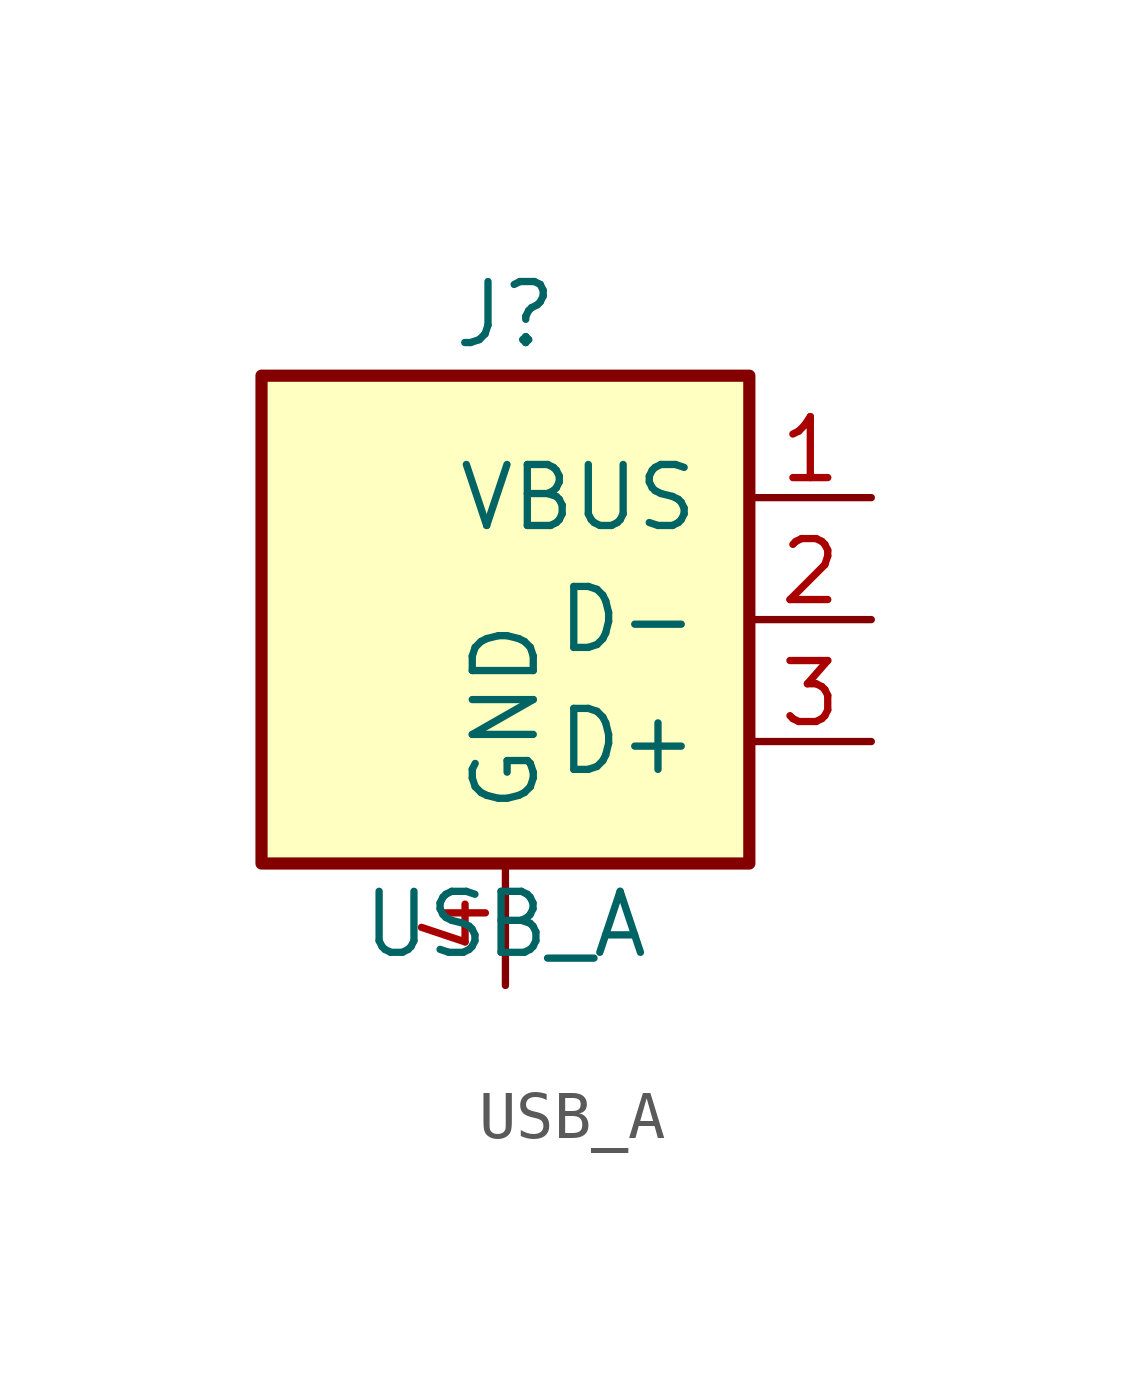
<source format=kicad_sym>
(kicad_symbol_lib
  (version 20231120)
  (generator "kicad_auto_builder")
  (generator_version "1.0")
  (symbol "USB_A"
    (pin_names
      (offset 1.016))
    (property "Reference" "J"
      (at 0 6.35 0)
      (effects (font (size 1.27 1.27))))
    (property "Value" "USB_A"
      (at 0 -6.35 0)
      (effects (font (size 1.27 1.27))))
    (symbol "USB_A_0_1"
      (rectangle (start -5.08 5.08) (end 5.08 -5.08) (stroke (width 0.254) (type default)) (fill (type background))))
    (symbol "USB_A_1_1"
      (pin power_out line (at 7.62 2.54 180) (length 2.54) (name "VBUS" (effects (font (size 1.27 1.27)))) (number "1" (effects (font (size 1.27 1.27)))))
      (pin bidirectional line (at 7.62 0 180) (length 2.54) (name "D-" (effects (font (size 1.27 1.27)))) (number "2" (effects (font (size 1.27 1.27)))))
      (pin bidirectional line (at 7.62 -2.54 180) (length 2.54) (name "D+" (effects (font (size 1.27 1.27)))) (number "3" (effects (font (size 1.27 1.27)))))
      (pin power_in line (at 0 -7.62 90) (length 2.54) (name "GND" (effects (font (size 1.27 1.27)))) (number "4" (effects (font (size 1.27 1.27))))))))
</source>
